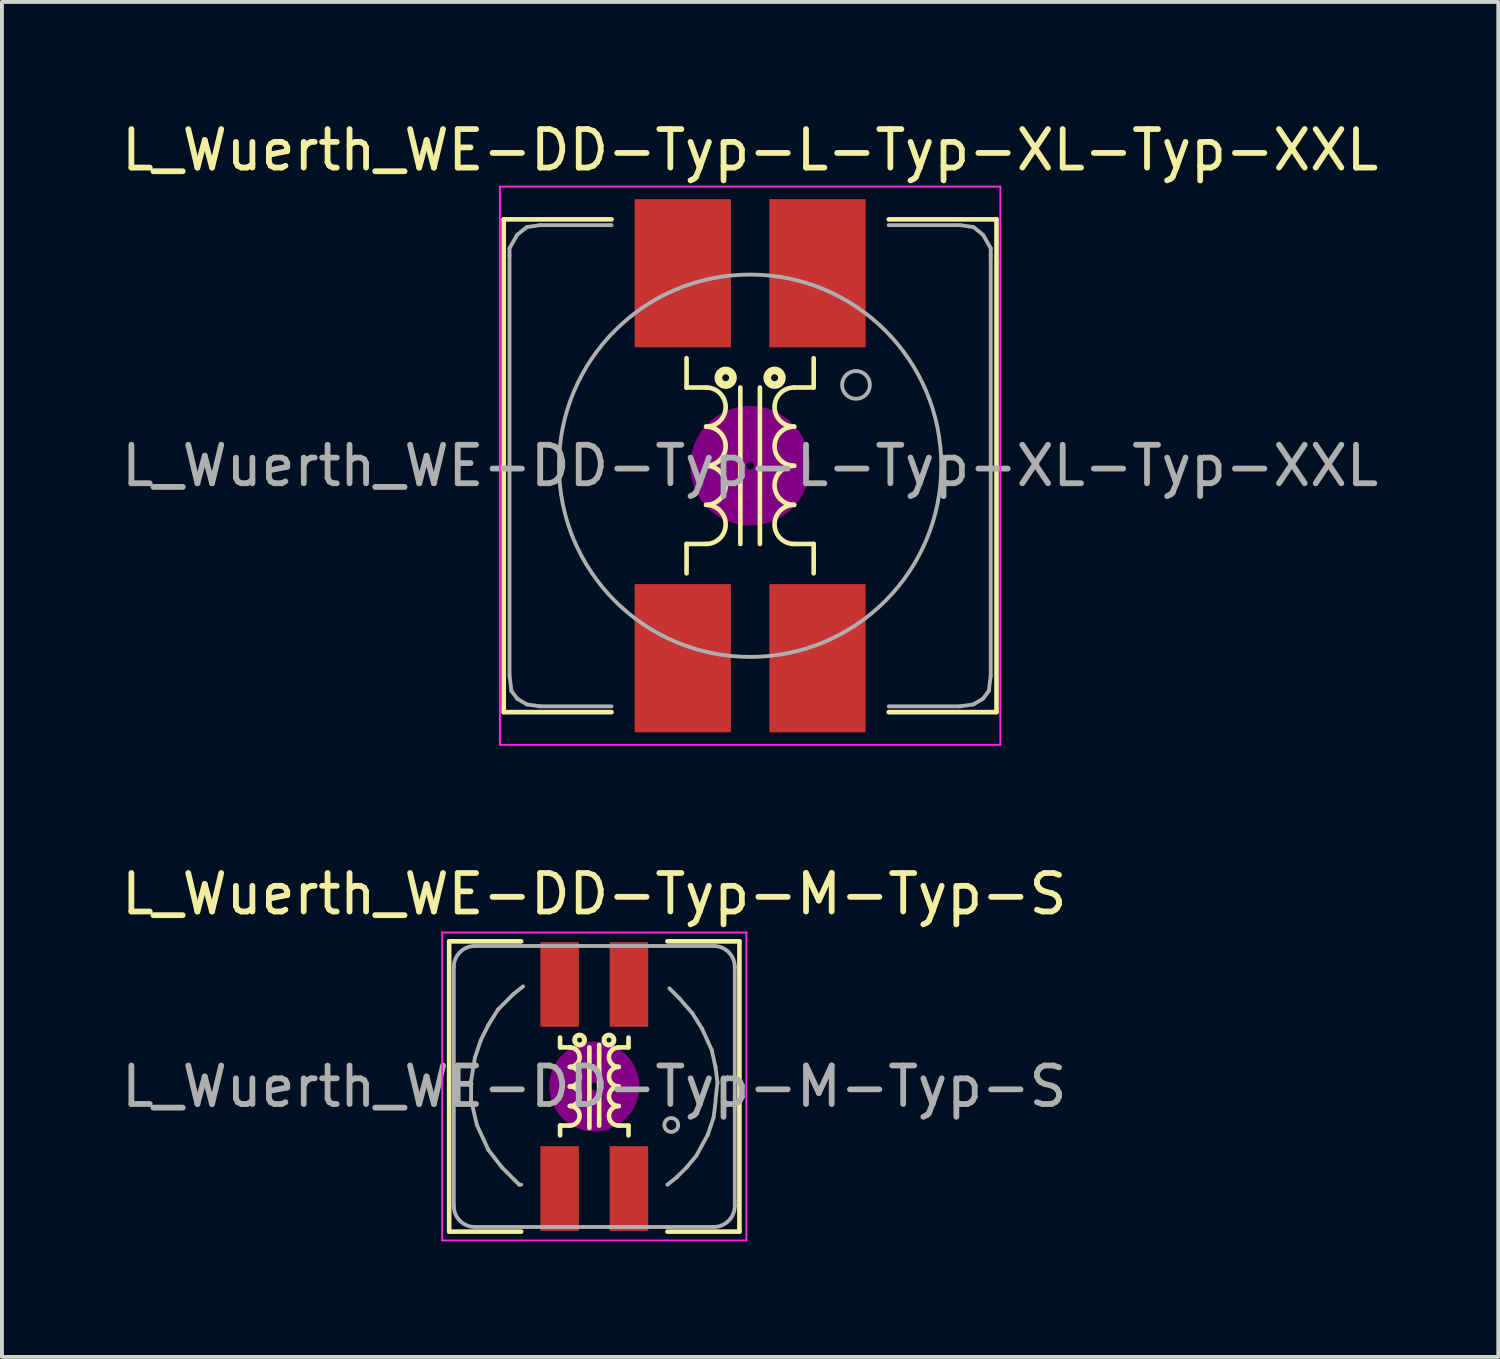
<source format=kicad_pcb>
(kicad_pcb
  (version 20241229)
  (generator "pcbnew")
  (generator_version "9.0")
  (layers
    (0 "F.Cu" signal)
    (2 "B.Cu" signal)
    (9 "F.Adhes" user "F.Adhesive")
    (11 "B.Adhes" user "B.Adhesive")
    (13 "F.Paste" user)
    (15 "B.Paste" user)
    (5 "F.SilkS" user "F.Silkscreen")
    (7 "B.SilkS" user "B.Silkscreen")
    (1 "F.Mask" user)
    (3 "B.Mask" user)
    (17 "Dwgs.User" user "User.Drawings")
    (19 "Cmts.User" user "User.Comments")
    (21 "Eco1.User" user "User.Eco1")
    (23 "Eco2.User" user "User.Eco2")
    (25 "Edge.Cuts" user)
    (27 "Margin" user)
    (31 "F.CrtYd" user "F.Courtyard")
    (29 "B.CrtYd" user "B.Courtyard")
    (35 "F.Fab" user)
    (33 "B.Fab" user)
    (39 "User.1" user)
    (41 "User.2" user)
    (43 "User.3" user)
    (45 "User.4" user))
  (footprint "L_Wuerth_WE-DD-Typ-M-Typ-S"
    (layer "F.Cu")
    (at 12.387 25.172)
    (property "Reference" "L_Wuerth_WE-DD-Typ-M-Typ-S" (at 0 -5 0) (layer "F.SilkS") (effects (font (size 1 1) (thickness 0.15))))
    (attr smd)
    (fp_line (start -3.77 -3.77) (end -1.9 -3.77) (stroke (width 0.12) (type solid)) (layer "F.SilkS"))
    (fp_line (start -3.77 3.77) (end -3.77 -3.77) (stroke (width 0.12) (type solid)) (layer "F.SilkS"))
    (fp_line (start -1.9 3.77) (end -3.77 3.77) (stroke (width 0.12) (type solid)) (layer "F.SilkS"))
    (fp_line (start -0.889 -1.016) (end -0.889 -1.27) (stroke (width 0.12) (type solid)) (layer "F.SilkS"))
    (fp_line (start -0.889 1.016) (end -0.889 1.27) (stroke (width 0.12) (type solid)) (layer "F.SilkS"))
    (fp_line (start -0.635 -1.016) (end -0.889 -1.016) (stroke (width 0.12) (type solid)) (layer "F.SilkS"))
    (fp_line (start -0.635 1.016) (end -0.889 1.016) (stroke (width 0.12) (type solid)) (layer "F.SilkS"))
    (fp_line (start -0.127 1.079) (end -0.127 -1.016) (stroke (width 0.12) (type solid)) (layer "F.SilkS"))
    (fp_line (start 0.127 -1.079) (end 0.127 1.016) (stroke (width 0.12) (type solid)) (layer "F.SilkS"))
    (fp_line (start 0.635 -1.016) (end 0.889 -1.016) (stroke (width 0.12) (type solid)) (layer "F.SilkS"))
    (fp_line (start 0.635 1.016) (end 0.889 1.016) (stroke (width 0.12) (type solid)) (layer "F.SilkS"))
    (fp_line (start 0.889 -1.016) (end 0.889 -1.27) (stroke (width 0.12) (type solid)) (layer "F.SilkS"))
    (fp_line (start 0.889 1.016) (end 0.889 1.27) (stroke (width 0.12) (type solid)) (layer "F.SilkS"))
    (fp_line (start 1.9 -3.77) (end 3.77 -3.77) (stroke (width 0.12) (type solid)) (layer "F.SilkS"))
    (fp_line (start 3.77 -3.77) (end 3.77 3.77) (stroke (width 0.12) (type solid)) (layer "F.SilkS"))
    (fp_line (start 3.77 3.77) (end 1.9 3.77) (stroke (width 0.12) (type solid)) (layer "F.SilkS"))
    (fp_arc (start -0.635 -1.016) (mid -0.381 -0.762) (end -0.635 -0.508) (stroke (width 0.12) (type solid)) (layer "F.SilkS"))
    (fp_arc (start -0.635 -0.508) (mid -0.381 -0.254) (end -0.635 0) (stroke (width 0.12) (type solid)) (layer "F.SilkS"))
    (fp_arc (start -0.635 0) (mid -0.381 0.254) (end -0.635 0.508) (stroke (width 0.12) (type solid)) (layer "F.SilkS"))
    (fp_arc (start -0.635 0.508) (mid -0.381 0.762) (end -0.635 1.016) (stroke (width 0.12) (type solid)) (layer "F.SilkS"))
    (fp_arc (start 0.635 -0.508) (mid 0.381 -0.762) (end 0.635 -1.016) (stroke (width 0.12) (type solid)) (layer "F.SilkS"))
    (fp_arc (start 0.635 0) (mid 0.381 -0.254) (end 0.635 -0.508) (stroke (width 0.12) (type solid)) (layer "F.SilkS"))
    (fp_arc (start 0.635 0.508) (mid 0.381 0.254) (end 0.635 0) (stroke (width 0.12) (type solid)) (layer "F.SilkS"))
    (fp_arc (start 0.635 1.016) (mid 0.381 0.762) (end 0.635 0.508) (stroke (width 0.12) (type solid)) (layer "F.SilkS"))
    (fp_circle (center -0.381 -1.206) (end -0.318 -1.206) (stroke (width 0.13) (type solid)) (fill no) (layer "F.SilkS"))
    (fp_circle (center 0.381 -1.206) (end 0.318 -1.206) (stroke (width 0.13) (type solid)) (fill no) (layer "F.SilkS"))
    (fp_circle (center 0 0) (end 0.1 0) (stroke (width 0.3) (type solid)) (fill no) (layer "F.Adhes"))
    (fp_circle (center 0 0) (end 0.3 -0.1) (stroke (width 0.3) (type solid)) (fill no) (layer "F.Adhes"))
    (fp_circle (center 0 0) (end 0.6 0) (stroke (width 0.3) (type solid)) (fill no) (layer "F.Adhes"))
    (fp_circle (center 0 0) (end 0.8 -0.1) (stroke (width 0.3) (type solid)) (fill no) (layer "F.Adhes"))
    (fp_circle (center 0 0) (end 1 -0.2) (stroke (width 0.3) (type solid)) (fill no) (layer "F.Adhes"))
    (fp_circle (center 0.8 0) (end 0.8 0) (stroke (width 0.3) (type solid)) (fill no) (layer "F.Adhes"))
    (fp_line (start -3.95 -4) (end 3.95 -4) (stroke (width 0.05) (type solid)) (layer "F.CrtYd"))
    (fp_line (start -3.95 4) (end -3.95 -4) (stroke (width 0.05) (type solid)) (layer "F.CrtYd"))
    (fp_line (start 3.95 -4) (end 3.95 4) (stroke (width 0.05) (type solid)) (layer "F.CrtYd"))
    (fp_line (start 3.95 4) (end -3.95 4) (stroke (width 0.05) (type solid)) (layer "F.CrtYd"))
    (fp_line (start -3.65 -3.1) (end -3.65 3.1) (stroke (width 0.1) (type solid)) (layer "F.Fab"))
    (fp_line (start -3.2 -0.15) (end -3.2 0.35) (stroke (width 0.1) (type solid)) (layer "F.Fab"))
    (fp_line (start -3.2 0.35) (end -3.05 1) (stroke (width 0.1) (type solid)) (layer "F.Fab"))
    (fp_line (start -3.1 -0.75) (end -3.2 -0.15) (stroke (width 0.1) (type solid)) (layer "F.Fab"))
    (fp_line (start -3.1 3.65) (end 3.1 3.65) (stroke (width 0.1) (type solid)) (layer "F.Fab"))
    (fp_line (start -3.05 1) (end -2.75 1.65) (stroke (width 0.1) (type solid)) (layer "F.Fab"))
    (fp_line (start -2.95 -1.2) (end -3.1 -0.75) (stroke (width 0.1) (type solid)) (layer "F.Fab"))
    (fp_line (start -2.75 -1.6) (end -2.95 -1.2) (stroke (width 0.1) (type solid)) (layer "F.Fab"))
    (fp_line (start -2.75 1.65) (end -2.4 2.1) (stroke (width 0.1) (type solid)) (layer "F.Fab"))
    (fp_line (start -2.5 -2) (end -2.75 -1.6) (stroke (width 0.1) (type solid)) (layer "F.Fab"))
    (fp_line (start -2.4 2.1) (end -1.95 2.55) (stroke (width 0.1) (type solid)) (layer "F.Fab"))
    (fp_line (start -2.1 -2.4) (end -2.5 -2) (stroke (width 0.1) (type solid)) (layer "F.Fab"))
    (fp_line (start -1.95 2.55) (end -1.9 2.55) (stroke (width 0.1) (type solid)) (layer "F.Fab"))
    (fp_line (start -1.85 -2.6) (end -2.1 -2.4) (stroke (width 0.1) (type solid)) (layer "F.Fab"))
    (fp_line (start 1.95 -2.55) (end 2.2 -2.3) (stroke (width 0.1) (type solid)) (layer "F.Fab"))
    (fp_line (start 2.15 2.35) (end 1.9 2.55) (stroke (width 0.1) (type solid)) (layer "F.Fab"))
    (fp_line (start 2.2 -2.3) (end 2.55 -1.9) (stroke (width 0.1) (type solid)) (layer "F.Fab"))
    (fp_line (start 2.4 2.1) (end 2.15 2.35) (stroke (width 0.1) (type solid)) (layer "F.Fab"))
    (fp_line (start 2.55 -1.9) (end 2.8 -1.5) (stroke (width 0.1) (type solid)) (layer "F.Fab"))
    (fp_line (start 2.65 1.8) (end 2.4 2.1) (stroke (width 0.1) (type solid)) (layer "F.Fab"))
    (fp_line (start 2.8 -1.5) (end 3.05 -0.95) (stroke (width 0.1) (type solid)) (layer "F.Fab"))
    (fp_line (start 2.95 1.25) (end 2.65 1.8) (stroke (width 0.1) (type solid)) (layer "F.Fab"))
    (fp_line (start 3.05 -0.95) (end 3.15 -0.5) (stroke (width 0.1) (type solid)) (layer "F.Fab"))
    (fp_line (start 3.1 -3.65) (end -3.1 -3.65) (stroke (width 0.1) (type solid)) (layer "F.Fab"))
    (fp_line (start 3.1 0.8) (end 2.95 1.25) (stroke (width 0.1) (type solid)) (layer "F.Fab"))
    (fp_line (start 3.15 -0.5) (end 3.2 -0.1) (stroke (width 0.1) (type solid)) (layer "F.Fab"))
    (fp_line (start 3.15 0.4) (end 3.1 0.8) (stroke (width 0.1) (type solid)) (layer "F.Fab"))
    (fp_line (start 3.2 -0.1) (end 3.15 0.35) (stroke (width 0.1) (type solid)) (layer "F.Fab"))
    (fp_line (start 3.65 -3.1) (end 3.65 3.1) (stroke (width 0.1) (type solid)) (layer "F.Fab"))
    (fp_arc (start -3.65 -3.1) (mid -3.488909 -3.488909) (end -3.1 -3.65) (stroke (width 0.1) (type solid)) (layer "F.Fab"))
    (fp_arc (start -3.1 3.65) (mid -3.488909 3.488909) (end -3.65 3.1) (stroke (width 0.1) (type solid)) (layer "F.Fab"))
    (fp_arc (start 3.1 -3.65) (mid 3.488909 -3.488909) (end 3.65 -3.1) (stroke (width 0.1) (type solid)) (layer "F.Fab"))
    (fp_arc (start 3.65 3.1) (mid 3.488909 3.488909) (end 3.1 3.65) (stroke (width 0.1) (type solid)) (layer "F.Fab"))
    (fp_circle (center 2 1) (end 2.15 0.9) (stroke (width 0.1) (type solid)) (fill no) (layer "F.Fab"))
    (fp_text user "${REFERENCE}" (at 0 0 0) (layer "F.Fab") (effects (font (size 1 1) (thickness 0.15))))
    (pad "1" smd rect (at -0.9 2.65) (size 1 2.2) (layers "F.Cu" "F.Mask" "F.Paste"))
    (pad "2" smd rect (at -0.9 -2.65) (size 1 2.2) (layers "F.Cu" "F.Mask" "F.Paste"))
    (pad "3" smd rect (at 0.9 -2.65) (size 1 2.2) (layers "F.Cu" "F.Mask" "F.Paste"))
    (pad "4" smd rect (at 0.9 2.65) (size 1 2.2) (layers "F.Cu" "F.Mask" "F.Paste")))
  (footprint "L_Wuerth_WE-DD-Typ-L-Typ-XL-Typ-XXL"
    (layer "F.Cu")
    (at 16.435 9.048)
    (property "Reference" "L_Wuerth_WE-DD-Typ-L-Typ-XL-Typ-XXL" (at 0 -8.2 0) (layer "F.SilkS") (effects (font (size 1 1) (thickness 0.15))))
    (attr smd)
    (fp_line (start -6.4 -6.4) (end -3.6 -6.4) (stroke (width 0.12) (type solid)) (layer "F.SilkS"))
    (fp_line (start -6.4 6.4) (end -6.4 -6.4) (stroke (width 0.12) (type solid)) (layer "F.SilkS"))
    (fp_line (start -3.6 6.4) (end -6.4 6.4) (stroke (width 0.12) (type solid)) (layer "F.SilkS"))
    (fp_line (start -1.651 -2.032) (end -1.651 -2.794) (stroke (width 0.12) (type solid)) (layer "F.SilkS"))
    (fp_line (start -1.651 2.032) (end -1.651 2.794) (stroke (width 0.12) (type solid)) (layer "F.SilkS"))
    (fp_line (start -1.143 -2.032) (end -1.651 -2.032) (stroke (width 0.12) (type solid)) (layer "F.SilkS"))
    (fp_line (start -1.143 2.032) (end -1.651 2.032) (stroke (width 0.12) (type solid)) (layer "F.SilkS"))
    (fp_line (start -0.254 -2.032) (end -0.254 2.032) (stroke (width 0.12) (type solid)) (layer "F.SilkS"))
    (fp_line (start 0.254 2.032) (end 0.254 -2.032) (stroke (width 0.12) (type solid)) (layer "F.SilkS"))
    (fp_line (start 1.143 -2.032) (end 1.651 -2.032) (stroke (width 0.12) (type solid)) (layer "F.SilkS"))
    (fp_line (start 1.143 2.032) (end 1.651 2.032) (stroke (width 0.12) (type solid)) (layer "F.SilkS"))
    (fp_line (start 1.651 -2.032) (end 1.651 -2.794) (stroke (width 0.12) (type solid)) (layer "F.SilkS"))
    (fp_line (start 1.651 2.032) (end 1.651 2.794) (stroke (width 0.12) (type solid)) (layer "F.SilkS"))
    (fp_line (start 3.6 -6.4) (end 6.4 -6.4) (stroke (width 0.12) (type solid)) (layer "F.SilkS"))
    (fp_line (start 6.4 -6.4) (end 6.4 6.4) (stroke (width 0.12) (type solid)) (layer "F.SilkS"))
    (fp_line (start 6.4 6.4) (end 3.6 6.4) (stroke (width 0.12) (type solid)) (layer "F.SilkS"))
    (fp_arc (start -1.143 -2.032) (mid -0.635 -1.524) (end -1.143 -1.016) (stroke (width 0.12) (type solid)) (layer "F.SilkS"))
    (fp_arc (start -1.143 -1.016) (mid -0.635 -0.508) (end -1.143 0) (stroke (width 0.12) (type solid)) (layer "F.SilkS"))
    (fp_arc (start -1.143 0) (mid -0.635 0.508) (end -1.143 1.016) (stroke (width 0.12) (type solid)) (layer "F.SilkS"))
    (fp_arc (start -1.143 1.016) (mid -0.635 1.524) (end -1.143 2.032) (stroke (width 0.12) (type solid)) (layer "F.SilkS"))
    (fp_arc (start 1.143 -1.016) (mid 0.635 -1.524) (end 1.143 -2.032) (stroke (width 0.12) (type solid)) (layer "F.SilkS"))
    (fp_arc (start 1.143 0) (mid 0.635 -0.508) (end 1.143 -1.016) (stroke (width 0.12) (type solid)) (layer "F.SilkS"))
    (fp_arc (start 1.143 1.016) (mid 0.635 0.508) (end 1.143 0) (stroke (width 0.12) (type solid)) (layer "F.SilkS"))
    (fp_arc (start 1.143 2.032) (mid 0.635 1.524) (end 1.143 1.016) (stroke (width 0.12) (type solid)) (layer "F.SilkS"))
    (fp_circle (center -0.635 -2.286) (end -0.545 -2.286) (stroke (width 0.2) (type solid)) (fill no) (layer "F.SilkS"))
    (fp_circle (center 0.635 -2.286) (end 0.545 -2.286) (stroke (width 0.2) (type solid)) (fill no) (layer "F.SilkS"))
    (fp_circle (center 0 0) (end 0.1 0) (stroke (width 0.3) (type solid)) (fill no) (layer "F.Adhes"))
    (fp_circle (center 0 0) (end 0.3 0.1) (stroke (width 0.3) (type solid)) (fill no) (layer "F.Adhes"))
    (fp_circle (center 0 0) (end 0.6 0) (stroke (width 0.3) (type solid)) (fill no) (layer "F.Adhes"))
    (fp_circle (center 0 0) (end 0.8 -0.1) (stroke (width 0.3) (type solid)) (fill no) (layer "F.Adhes"))
    (fp_circle (center 0 0) (end 1.1 -0.1) (stroke (width 0.3) (type solid)) (fill no) (layer "F.Adhes"))
    (fp_circle (center 0 0) (end 1.4 -0.1) (stroke (width 0.3) (type solid)) (fill no) (layer "F.Adhes"))
    (fp_line (start -6.5 -7.25) (end 6.5 -7.25) (stroke (width 0.05) (type solid)) (layer "F.CrtYd"))
    (fp_line (start -6.5 7.25) (end -6.5 -7.25) (stroke (width 0.05) (type solid)) (layer "F.CrtYd"))
    (fp_line (start 6.5 -7.25) (end 6.5 7.25) (stroke (width 0.05) (type solid)) (layer "F.CrtYd"))
    (fp_line (start 6.5 7.25) (end -6.5 7.25) (stroke (width 0.05) (type solid)) (layer "F.CrtYd"))
    (fp_line (start -6.25 -5.65) (end -6.25 -5.45) (stroke (width 0.1) (type solid)) (layer "F.Fab"))
    (fp_line (start -6.25 -5.45) (end -6.25 5.45) (stroke (width 0.1) (type solid)) (layer "F.Fab"))
    (fp_line (start -6.2 5.85) (end -6.25 5.45) (stroke (width 0.1) (type solid)) (layer "F.Fab"))
    (fp_line (start -6.05 -6) (end -6.25 -5.65) (stroke (width 0.1) (type solid)) (layer "F.Fab"))
    (fp_line (start -6.05 6.05) (end -6.2 5.85) (stroke (width 0.1) (type solid)) (layer "F.Fab"))
    (fp_line (start -5.8 -6.2) (end -6.05 -6) (stroke (width 0.1) (type solid)) (layer "F.Fab"))
    (fp_line (start -5.8 6.2) (end -6.05 6.05) (stroke (width 0.1) (type solid)) (layer "F.Fab"))
    (fp_line (start -5.45 -6.25) (end -5.8 -6.2) (stroke (width 0.1) (type solid)) (layer "F.Fab"))
    (fp_line (start -5.45 6.25) (end -5.8 6.2) (stroke (width 0.1) (type solid)) (layer "F.Fab"))
    (fp_line (start -3.6 -6.25) (end -5.45 -6.25) (stroke (width 0.1) (type solid)) (layer "F.Fab"))
    (fp_line (start -3.6 6.25) (end -5.45 6.25) (stroke (width 0.1) (type solid)) (layer "F.Fab"))
    (fp_line (start 3.6 -6.25) (end 5.45 -6.25) (stroke (width 0.1) (type solid)) (layer "F.Fab"))
    (fp_line (start 3.6 6.25) (end 5.45 6.25) (stroke (width 0.1) (type solid)) (layer "F.Fab"))
    (fp_line (start 5.45 -6.25) (end 5.8 -6.2) (stroke (width 0.1) (type solid)) (layer "F.Fab"))
    (fp_line (start 5.45 6.25) (end 5.8 6.2) (stroke (width 0.1) (type solid)) (layer "F.Fab"))
    (fp_line (start 5.8 -6.2) (end 6.05 -6) (stroke (width 0.1) (type solid)) (layer "F.Fab"))
    (fp_line (start 5.8 6.2) (end 6.05 6.05) (stroke (width 0.1) (type solid)) (layer "F.Fab"))
    (fp_line (start 6.05 -6) (end 6.25 -5.65) (stroke (width 0.1) (type solid)) (layer "F.Fab"))
    (fp_line (start 6.05 6.05) (end 6.2 5.85) (stroke (width 0.1) (type solid)) (layer "F.Fab"))
    (fp_line (start 6.2 5.85) (end 6.25 5.45) (stroke (width 0.1) (type solid)) (layer "F.Fab"))
    (fp_line (start 6.25 -5.65) (end 6.25 -5.45) (stroke (width 0.1) (type solid)) (layer "F.Fab"))
    (fp_line (start 6.25 -5.45) (end 6.25 5.45) (stroke (width 0.1) (type solid)) (layer "F.Fab"))
    (fp_circle (center 0 0) (end 2.1 4.5) (stroke (width 0.1) (type solid)) (fill no) (layer "F.Fab"))
    (fp_circle (center 2.75 -2.1) (end 3.05 -1.9) (stroke (width 0.1) (type solid)) (fill no) (layer "F.Fab"))
    (fp_text user "${REFERENCE}" (at 0 0 0) (layer "F.Fab") (effects (font (size 1 1) (thickness 0.15))))
    (pad "1" smd rect (at -1.75 -5) (size 2.5 3.85) (layers "F.Cu" "F.Mask" "F.Paste"))
    (pad "2" smd rect (at 1.75 -5) (size 2.5 3.85) (layers "F.Cu" "F.Mask" "F.Paste"))
    (pad "3" smd rect (at 1.75 5) (size 2.5 3.85) (layers "F.Cu" "F.Mask" "F.Paste"))
    (pad "4" smd rect (at -1.75 5) (size 2.5 3.85) (layers "F.Cu" "F.Mask" "F.Paste")))
  (gr_rect
    (start -3 -3)
    (end 35.869 32.197)
    (stroke (width 0.1) (type default))
    (fill no)
    (layer "Edge.Cuts")))
</source>
